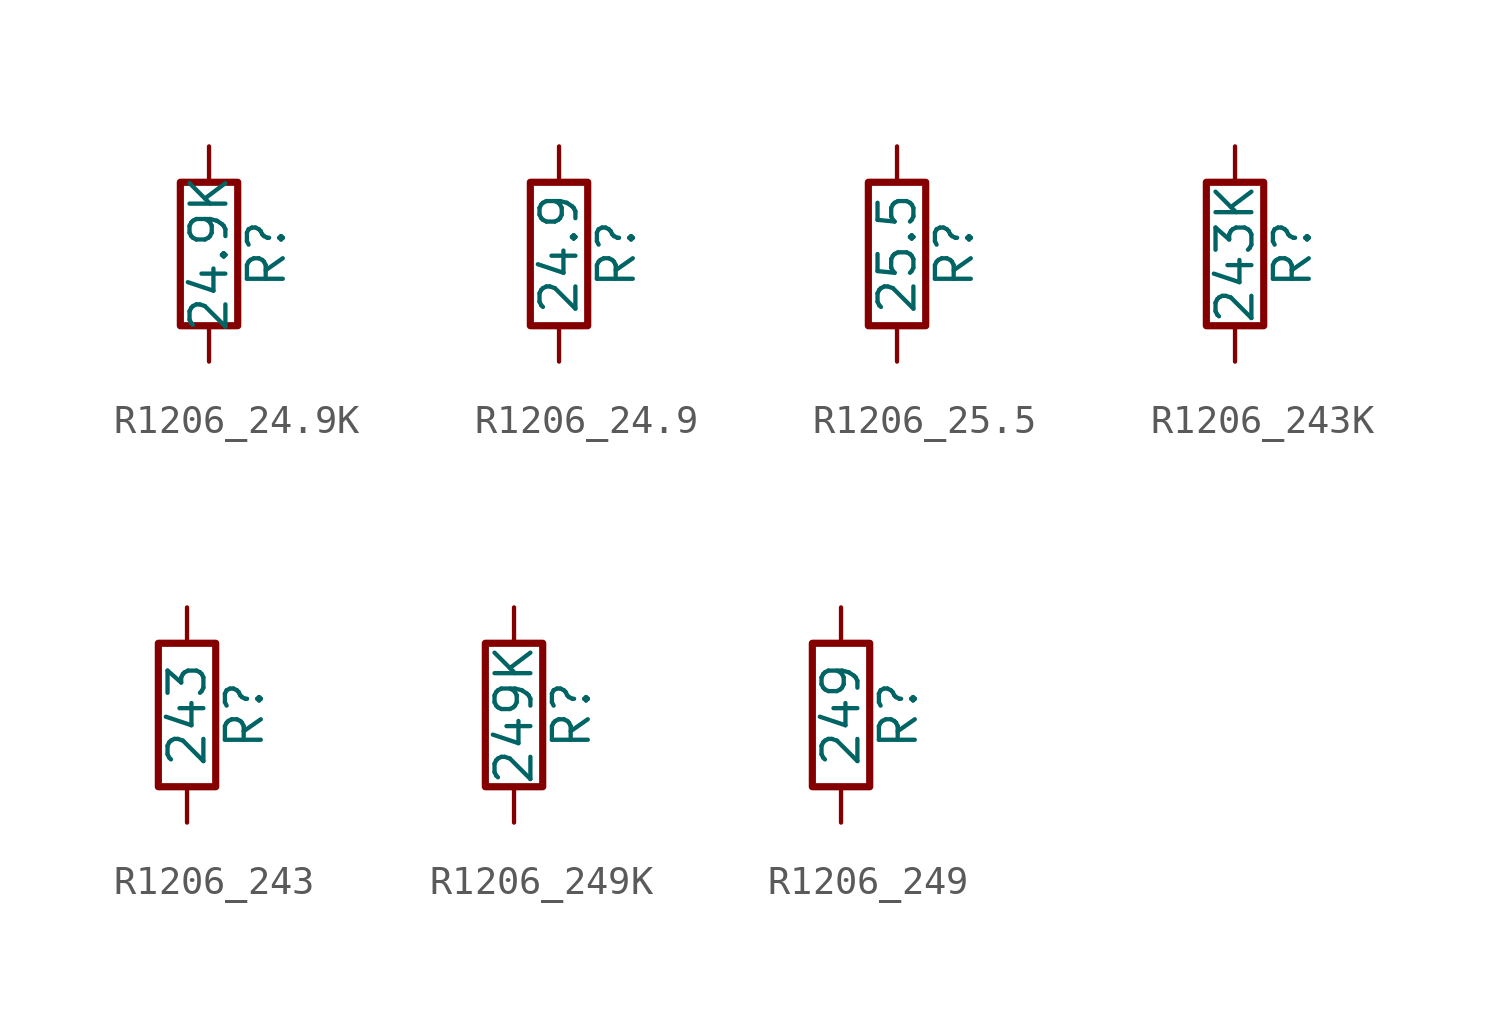
<source format=kicad_sym>
(kicad_symbol_lib
  (version 20211014)
  (generator atlantix-eda)
  (symbol "R1206_24.9K"
    (pin_numbers hide)
    (pin_names
      (offset 0))
    (property "Reference" "R"
      (at 2.032 0 90)
      (effects (font (size 1.27 1.27))))
    (property "Value" "24.9K"
      (at 0 0 90)
      (effects (font (size 1.27 1.27))))
    (symbol "R1206_24.9K_0_1"
      (rectangle (start -1.016 -2.54) (end 1.016 2.54) (stroke (width 0.254) (type default) (color 0 0 0 0)) (fill (type none))))
    (symbol "R1206_24.9K_1_1"
      (pin passive line (at 0 3.81 270) (length 1.27) (name "~" (effects (font (size 1.27 1.27)))) (number "1" (effects (font (size 1.27 1.27)))))
      (pin passive line (at 0 -3.81 90) (length 1.27) (name "~" (effects (font (size 1.27 1.27)))) (number "2" (effects (font (size 1.27 1.27)))))))
  (symbol "R1206_24.9"
    (pin_numbers hide)
    (pin_names
      (offset 0))
    (property "Reference" "R"
      (at 2.032 0 90)
      (effects (font (size 1.27 1.27))))
    (property "Value" "24.9"
      (at 0 0 90)
      (effects (font (size 1.27 1.27))))
    (symbol "R1206_24.9_0_1"
      (rectangle (start -1.016 -2.54) (end 1.016 2.54) (stroke (width 0.254) (type default) (color 0 0 0 0)) (fill (type none))))
    (symbol "R1206_24.9_1_1"
      (pin passive line (at 0 3.81 270) (length 1.27) (name "~" (effects (font (size 1.27 1.27)))) (number "1" (effects (font (size 1.27 1.27)))))
      (pin passive line (at 0 -3.81 90) (length 1.27) (name "~" (effects (font (size 1.27 1.27)))) (number "2" (effects (font (size 1.27 1.27)))))))
  (symbol "R1206_25.5"
    (pin_numbers hide)
    (pin_names
      (offset 0))
    (property "Reference" "R"
      (at 2.032 0 90)
      (effects (font (size 1.27 1.27))))
    (property "Value" "25.5"
      (at 0 0 90)
      (effects (font (size 1.27 1.27))))
    (symbol "R1206_25.5_0_1"
      (rectangle (start -1.016 -2.54) (end 1.016 2.54) (stroke (width 0.254) (type default) (color 0 0 0 0)) (fill (type none))))
    (symbol "R1206_25.5_1_1"
      (pin passive line (at 0 3.81 270) (length 1.27) (name "~" (effects (font (size 1.27 1.27)))) (number "1" (effects (font (size 1.27 1.27)))))
      (pin passive line (at 0 -3.81 90) (length 1.27) (name "~" (effects (font (size 1.27 1.27)))) (number "2" (effects (font (size 1.27 1.27)))))))
  (symbol "R1206_243K"
    (pin_numbers hide)
    (pin_names
      (offset 0))
    (property "Reference" "R"
      (at 2.032 0 90)
      (effects (font (size 1.27 1.27))))
    (property "Value" "243K"
      (at 0 0 90)
      (effects (font (size 1.27 1.27))))
    (symbol "R1206_243K_0_1"
      (rectangle (start -1.016 -2.54) (end 1.016 2.54) (stroke (width 0.254) (type default) (color 0 0 0 0)) (fill (type none))))
    (symbol "R1206_243K_1_1"
      (pin passive line (at 0 3.81 270) (length 1.27) (name "~" (effects (font (size 1.27 1.27)))) (number "1" (effects (font (size 1.27 1.27)))))
      (pin passive line (at 0 -3.81 90) (length 1.27) (name "~" (effects (font (size 1.27 1.27)))) (number "2" (effects (font (size 1.27 1.27)))))))
  (symbol "R1206_243"
    (pin_numbers hide)
    (pin_names
      (offset 0))
    (property "Reference" "R"
      (at 2.032 0 90)
      (effects (font (size 1.27 1.27))))
    (property "Value" "243"
      (at 0 0 90)
      (effects (font (size 1.27 1.27))))
    (symbol "R1206_243_0_1"
      (rectangle (start -1.016 -2.54) (end 1.016 2.54) (stroke (width 0.254) (type default) (color 0 0 0 0)) (fill (type none))))
    (symbol "R1206_243_1_1"
      (pin passive line (at 0 3.81 270) (length 1.27) (name "~" (effects (font (size 1.27 1.27)))) (number "1" (effects (font (size 1.27 1.27)))))
      (pin passive line (at 0 -3.81 90) (length 1.27) (name "~" (effects (font (size 1.27 1.27)))) (number "2" (effects (font (size 1.27 1.27)))))))
  (symbol "R1206_249K"
    (pin_numbers hide)
    (pin_names
      (offset 0))
    (property "Reference" "R"
      (at 2.032 0 90)
      (effects (font (size 1.27 1.27))))
    (property "Value" "249K"
      (at 0 0 90)
      (effects (font (size 1.27 1.27))))
    (symbol "R1206_249K_0_1"
      (rectangle (start -1.016 -2.54) (end 1.016 2.54) (stroke (width 0.254) (type default) (color 0 0 0 0)) (fill (type none))))
    (symbol "R1206_249K_1_1"
      (pin passive line (at 0 3.81 270) (length 1.27) (name "~" (effects (font (size 1.27 1.27)))) (number "1" (effects (font (size 1.27 1.27)))))
      (pin passive line (at 0 -3.81 90) (length 1.27) (name "~" (effects (font (size 1.27 1.27)))) (number "2" (effects (font (size 1.27 1.27)))))))
  (symbol "R1206_249"
    (pin_numbers hide)
    (pin_names
      (offset 0))
    (property "Reference" "R"
      (at 2.032 0 90)
      (effects (font (size 1.27 1.27))))
    (property "Value" "249"
      (at 0 0 90)
      (effects (font (size 1.27 1.27))))
    (symbol "R1206_249_0_1"
      (rectangle (start -1.016 -2.54) (end 1.016 2.54) (stroke (width 0.254) (type default) (color 0 0 0 0)) (fill (type none))))
    (symbol "R1206_249_1_1"
      (pin passive line (at 0 3.81 270) (length 1.27) (name "~" (effects (font (size 1.27 1.27)))) (number "1" (effects (font (size 1.27 1.27)))))
      (pin passive line (at 0 -3.81 90) (length 1.27) (name "~" (effects (font (size 1.27 1.27)))) (number "2" (effects (font (size 1.27 1.27))))))))
</source>
